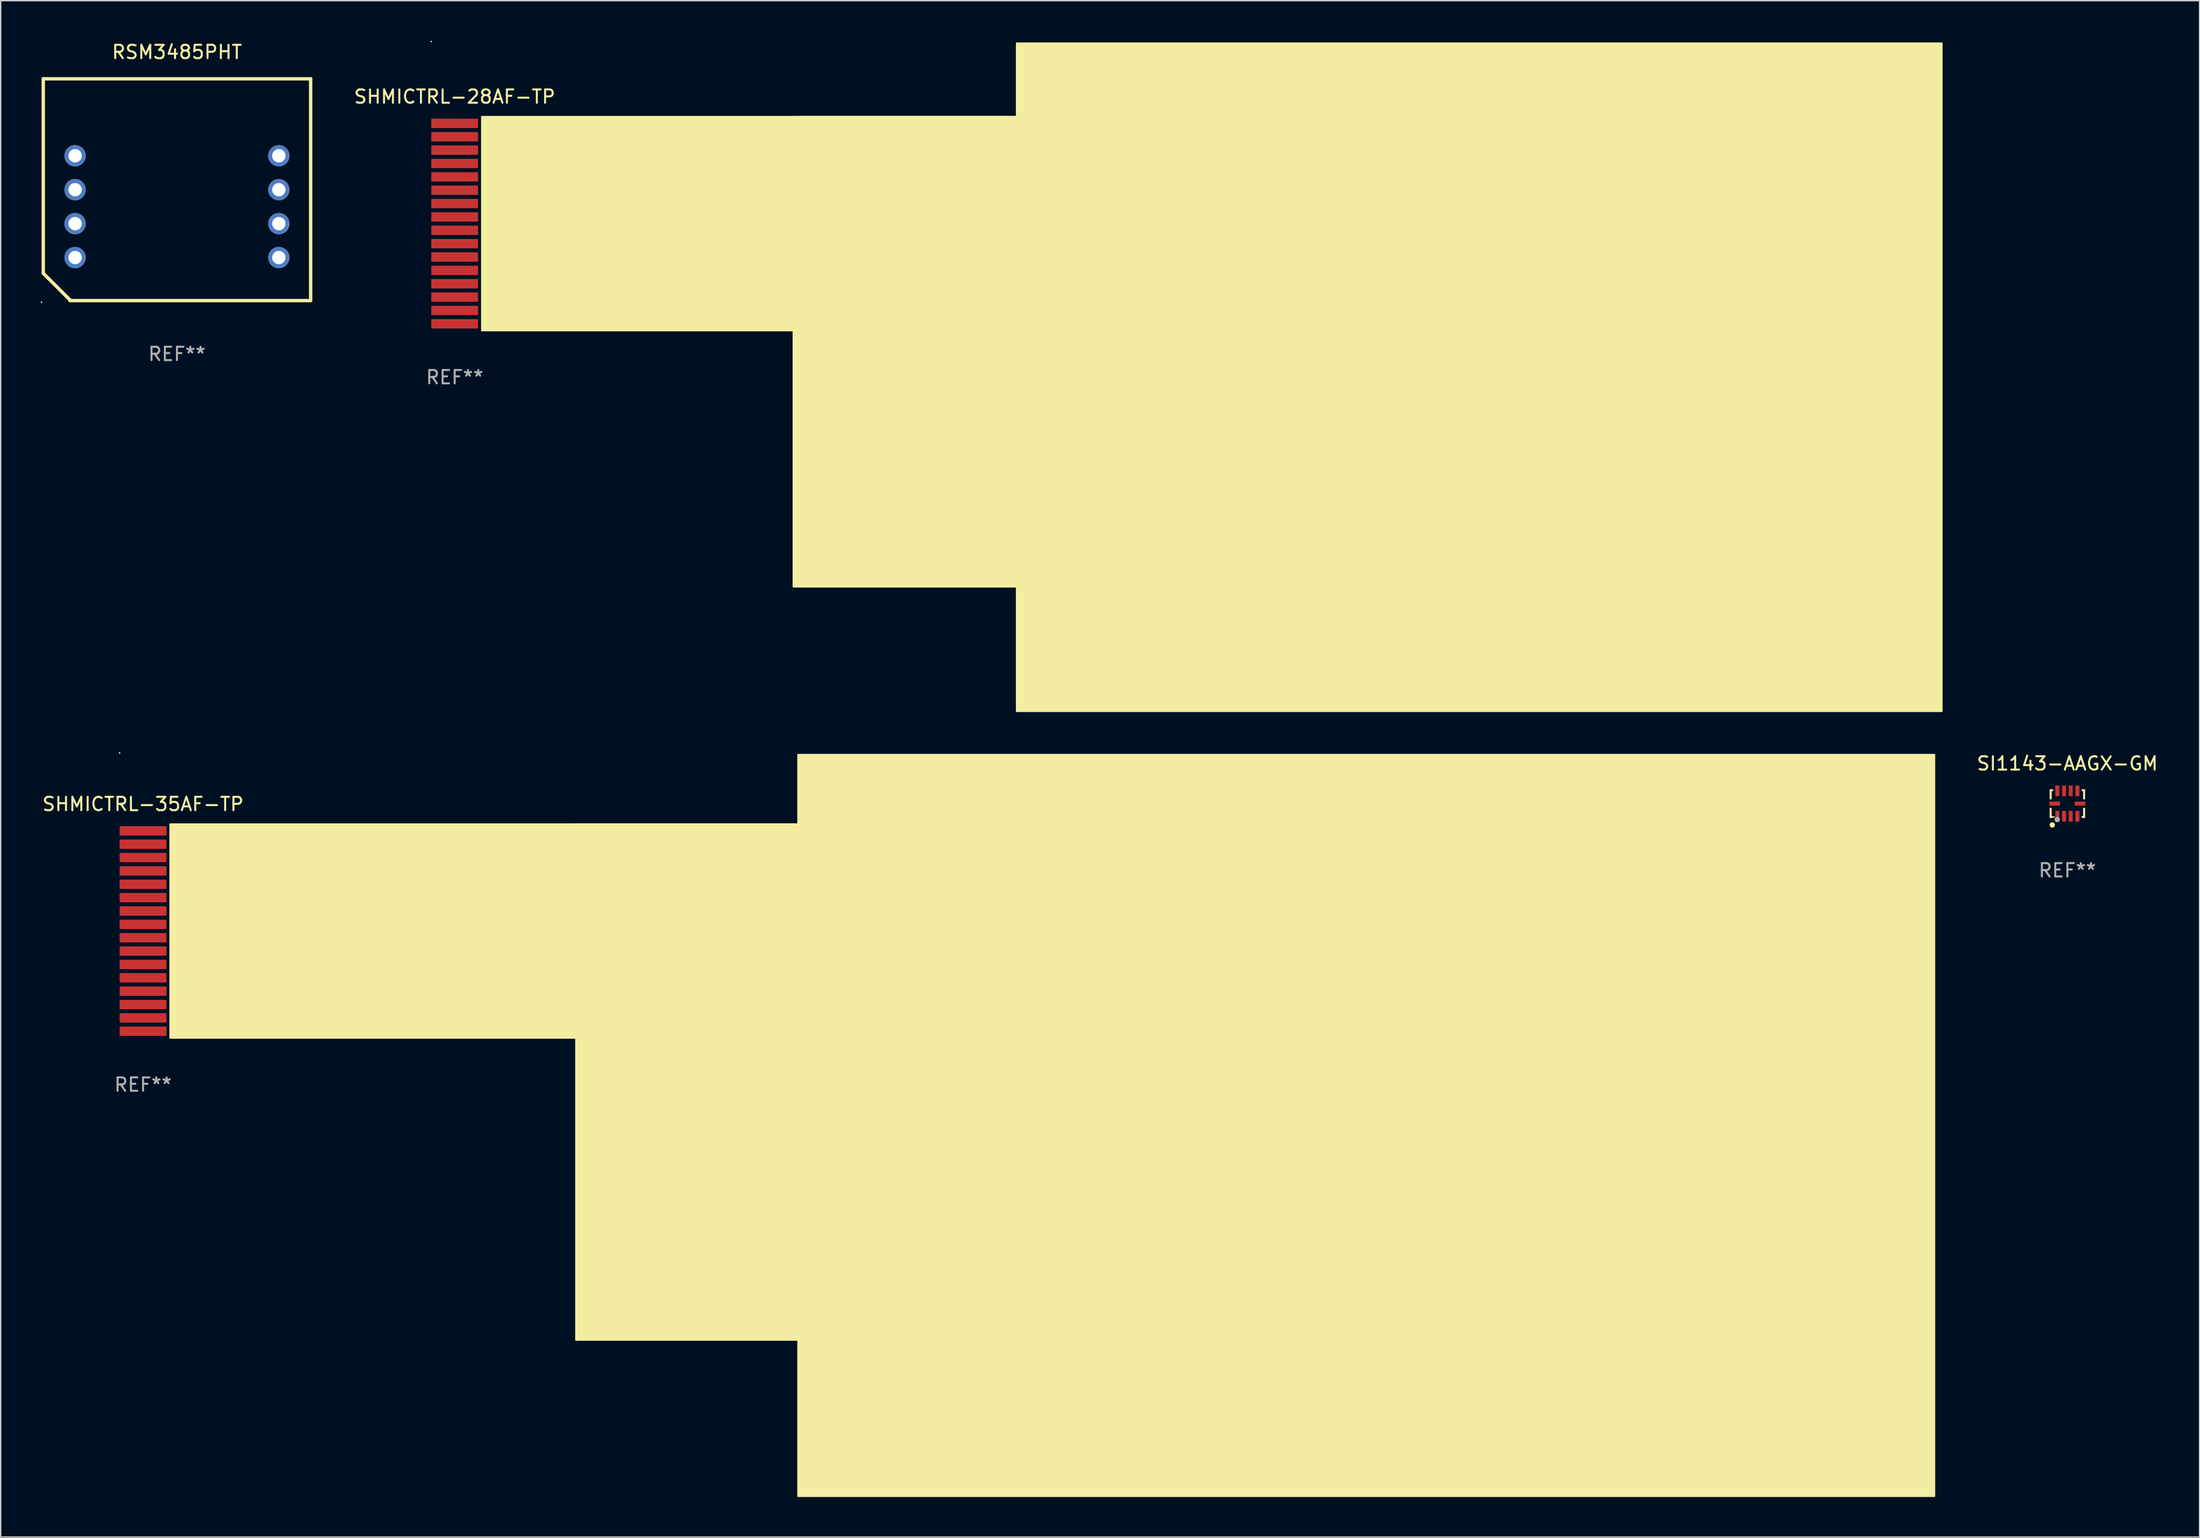
<source format=kicad_pcb>
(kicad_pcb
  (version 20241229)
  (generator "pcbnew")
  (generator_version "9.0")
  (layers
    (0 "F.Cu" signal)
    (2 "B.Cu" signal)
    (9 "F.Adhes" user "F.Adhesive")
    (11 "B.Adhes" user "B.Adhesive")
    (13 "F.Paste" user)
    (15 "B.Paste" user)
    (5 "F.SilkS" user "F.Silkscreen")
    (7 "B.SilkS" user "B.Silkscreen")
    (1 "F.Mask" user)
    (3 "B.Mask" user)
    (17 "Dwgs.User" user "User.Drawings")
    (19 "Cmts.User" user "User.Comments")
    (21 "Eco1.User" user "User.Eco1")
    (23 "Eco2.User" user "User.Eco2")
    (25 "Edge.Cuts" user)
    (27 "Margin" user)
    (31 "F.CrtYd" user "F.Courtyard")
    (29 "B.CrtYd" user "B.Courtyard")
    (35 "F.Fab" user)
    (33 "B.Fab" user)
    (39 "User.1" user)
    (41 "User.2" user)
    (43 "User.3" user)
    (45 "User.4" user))
  (footprint "SHMICTRL-35AF-TP"
    (layer "F.Cu")
    (at 7.649 66.634)
    (property "Reference" "SHMICTRL-35AF-TP" (at 0 -9.5 0) (layer "F.SilkS") (effects (font (size 1 1) (thickness 0.15))))
    (attr through_hole)
    (fp_circle (center -1.75 -13.327) (end -1.72 -13.327) (stroke (width 0.06) (type solid)) (fill no) (layer "F.SilkS"))
    (fp_poly (pts (xy 2.032 -8.001) (xy 49.022 -8.001) (xy 49.022 8.001) (xy 2.032 8.001)) (stroke (width 0.12) (type solid)) (fill yes) (layer "F.SilkS"))
    (fp_poly (pts (xy 32.385 -8.001) (xy 49.022 -8.001) (xy 49.022 30.607) (xy 32.385 30.607)) (stroke (width 0.12) (type solid)) (fill yes) (layer "F.SilkS"))
    (fp_poly (pts (xy 49 -13.2) (xy 134 -13.2) (xy 134 42.3) (xy 49 42.3)) (stroke (width 0.12) (type solid)) (fill yes) (layer "F.SilkS"))
    (fp_text user "REF**" (at 0 11.5 0) (layer "F.Fab") (effects (font (size 1 1) (thickness 0.15))))
    (pad "1" smd rect (at 0 -7.5) (size 3.5 0.7) (layers "F.Cu" "F.Mask" "F.Paste"))
    (pad "2" smd rect (at 0 -6.5) (size 3.5 0.7) (layers "F.Cu" "F.Mask" "F.Paste"))
    (pad "3" smd rect (at 0 -5.5) (size 3.5 0.7) (layers "F.Cu" "F.Mask" "F.Paste"))
    (pad "4" smd rect (at 0 -4.5) (size 3.5 0.7) (layers "F.Cu" "F.Mask" "F.Paste"))
    (pad "5" smd rect (at 0 -3.5) (size 3.5 0.7) (layers "F.Cu" "F.Mask" "F.Paste"))
    (pad "6" smd rect (at 0 -2.5) (size 3.5 0.7) (layers "F.Cu" "F.Mask" "F.Paste"))
    (pad "7" smd rect (at 0 -1.5) (size 3.5 0.7) (layers "F.Cu" "F.Mask" "F.Paste"))
    (pad "8" smd rect (at 0 -0.5) (size 3.5 0.7) (layers "F.Cu" "F.Mask" "F.Paste"))
    (pad "9" smd rect (at 0 0.5) (size 3.5 0.7) (layers "F.Cu" "F.Mask" "F.Paste"))
    (pad "10" smd rect (at 0 1.5) (size 3.5 0.7) (layers "F.Cu" "F.Mask" "F.Paste"))
    (pad "11" smd rect (at 0 2.5) (size 3.5 0.7) (layers "F.Cu" "F.Mask" "F.Paste"))
    (pad "12" smd rect (at 0 3.5) (size 3.5 0.7) (layers "F.Cu" "F.Mask" "F.Paste"))
    (pad "13" smd rect (at 0 4.5) (size 3.5 0.7) (layers "F.Cu" "F.Mask" "F.Paste"))
    (pad "14" smd rect (at 0 5.5) (size 3.5 0.7) (layers "F.Cu" "F.Mask" "F.Paste"))
    (pad "15" smd rect (at 0 6.5) (size 3.5 0.7) (layers "F.Cu" "F.Mask" "F.Paste"))
    (pad "16" smd rect (at 0 7.5) (size 3.5 0.7) (layers "F.Cu" "F.Mask" "F.Paste")))
  (footprint "RSM3485PHT"
    (layer "F.Cu")
    (at 10.187 11.148)
    (property "Reference" "RSM3485PHT" (at 0 -10.3 0) (layer "F.SilkS") (effects (font (size 1 1) (thickness 0.15))))
    (attr through_hole)
    (fp_line (start -10 -8.3) (end -10 6.2) (stroke (width 0.254) (type solid)) (layer "F.SilkS"))
    (fp_line (start -10 -8.3) (end 10 -8.3) (stroke (width 0.254) (type solid)) (layer "F.SilkS"))
    (fp_line (start -8 8.257) (end -10 6.257) (stroke (width 0.254) (type solid)) (layer "F.SilkS"))
    (fp_line (start -8 8.3) (end -8 8.257) (stroke (width 0.254) (type solid)) (layer "F.SilkS"))
    (fp_line (start -8 8.3) (end 10 8.3) (stroke (width 0.254) (type solid)) (layer "F.SilkS"))
    (fp_line (start 10 -8.3) (end 10 8.24) (stroke (width 0.254) (type solid)) (layer "F.SilkS"))
    (fp_circle (center -10.127 8.427) (end -10.097 8.427) (stroke (width 0.06) (type solid)) (fill no) (layer "F.SilkS"))
    (fp_text user "REF**" (at 0 12.3 0) (layer "F.Fab") (effects (font (size 1 1) (thickness 0.15))))
    (pad "1" thru_hole circle (at -7.62 5.08) (size 1.6 1.6) (drill 1) (layers "*.Cu" "*.Mask"))
    (pad "2" thru_hole circle (at -7.62 2.54) (size 1.6 1.6) (drill 1) (layers "*.Cu" "*.Mask"))
    (pad "3" thru_hole circle (at -7.62 0) (size 1.6 1.6) (drill 1) (layers "*.Cu" "*.Mask"))
    (pad "4" thru_hole circle (at -7.62 -2.54) (size 1.6 1.6) (drill 1) (layers "*.Cu" "*.Mask"))
    (pad "7" thru_hole circle (at 7.62 -2.54) (size 1.6 1.6) (drill 1) (layers "*.Cu" "*.Mask"))
    (pad "8" thru_hole circle (at 7.62 0) (size 1.6 1.6) (drill 1) (layers "*.Cu" "*.Mask"))
    (pad "9" thru_hole circle (at 7.62 2.54) (size 1.6 1.6) (drill 1) (layers "*.Cu" "*.Mask"))
    (pad "10" thru_hole circle (at 7.62 5.08) (size 1.6 1.6) (drill 1) (layers "*.Cu" "*.Mask")))
  (footprint "SHMICTRL-28AF-TP"
    (layer "F.Cu")
    (at 30.963 13.687)
    (property "Reference" "SHMICTRL-28AF-TP" (at 0 -9.5 0) (layer "F.SilkS") (effects (font (size 1 1) (thickness 0.15))))
    (attr through_hole)
    (fp_circle (center -1.75 -13.627) (end -1.72 -13.627) (stroke (width 0.06) (type solid)) (fill no) (layer "F.SilkS"))
    (fp_poly (pts (xy 2.032 -8.001) (xy 42.032 -8.001) (xy 42.032 8.001) (xy 2.032 8.001)) (stroke (width 0.12) (type solid)) (fill yes) (layer "F.SilkS"))
    (fp_poly (pts (xy 25.337 -8.001) (xy 42.037 -8.001) (xy 42.037 27.178) (xy 25.337 27.178)) (stroke (width 0.12) (type solid)) (fill yes) (layer "F.SilkS"))
    (fp_poly (pts (xy 42.037 -13.5) (xy 111.237 -13.5) (xy 111.237 36.5) (xy 42.037 36.5)) (stroke (width 0.12) (type solid)) (fill yes) (layer "F.SilkS"))
    (fp_text user "REF**" (at 0 11.5 0) (layer "F.Fab") (effects (font (size 1 1) (thickness 0.15))))
    (pad "1" smd rect (at 0 -7.5) (size 3.5 0.7) (layers "F.Cu" "F.Mask" "F.Paste"))
    (pad "2" smd rect (at 0 -6.5) (size 3.5 0.7) (layers "F.Cu" "F.Mask" "F.Paste"))
    (pad "3" smd rect (at 0 -5.5) (size 3.5 0.7) (layers "F.Cu" "F.Mask" "F.Paste"))
    (pad "4" smd rect (at 0 -4.5) (size 3.5 0.7) (layers "F.Cu" "F.Mask" "F.Paste"))
    (pad "5" smd rect (at 0 -3.5) (size 3.5 0.7) (layers "F.Cu" "F.Mask" "F.Paste"))
    (pad "6" smd rect (at 0 -2.5) (size 3.5 0.7) (layers "F.Cu" "F.Mask" "F.Paste"))
    (pad "7" smd rect (at 0 -1.5) (size 3.5 0.7) (layers "F.Cu" "F.Mask" "F.Paste"))
    (pad "8" smd rect (at 0 -0.5) (size 3.5 0.7) (layers "F.Cu" "F.Mask" "F.Paste"))
    (pad "9" smd rect (at 0 0.5) (size 3.5 0.7) (layers "F.Cu" "F.Mask" "F.Paste"))
    (pad "10" smd rect (at 0 1.5) (size 3.5 0.7) (layers "F.Cu" "F.Mask" "F.Paste"))
    (pad "11" smd rect (at 0 2.5) (size 3.5 0.7) (layers "F.Cu" "F.Mask" "F.Paste"))
    (pad "12" smd rect (at 0 3.5) (size 3.5 0.7) (layers "F.Cu" "F.Mask" "F.Paste"))
    (pad "13" smd rect (at 0 4.5) (size 3.5 0.7) (layers "F.Cu" "F.Mask" "F.Paste"))
    (pad "14" smd rect (at 0 5.5) (size 3.5 0.7) (layers "F.Cu" "F.Mask" "F.Paste"))
    (pad "15" smd rect (at 0 6.5) (size 3.5 0.7) (layers "F.Cu" "F.Mask" "F.Paste"))
    (pad "16" smd rect (at 0 7.5) (size 3.5 0.7) (layers "F.Cu" "F.Mask" "F.Paste")))
  (footprint "SI1143-AAGX-GM"
    (layer "F.Cu")
    (at 151.596 57.095)
    (property "Reference" "SI1143-AAGX-GM" (at 0 -3 0) (layer "F.SilkS") (effects (font (size 1 1) (thickness 0.15))))
    (attr through_hole)
    (fp_line (start -1.25 -1) (end -1.131 -1) (stroke (width 0.152) (type solid)) (layer "F.SilkS"))
    (fp_line (start -1.25 -0.381) (end -1.25 -1) (stroke (width 0.152) (type solid)) (layer "F.SilkS"))
    (fp_line (start -1.25 1) (end -1.25 0.381) (stroke (width 0.152) (type solid)) (layer "F.SilkS"))
    (fp_line (start -1.131 1) (end -1.25 1) (stroke (width 0.152) (type solid)) (layer "F.SilkS"))
    (fp_line (start 1.131 -1) (end 1.25 -1) (stroke (width 0.152) (type solid)) (layer "F.SilkS"))
    (fp_line (start 1.25 -1) (end 1.25 -0.381) (stroke (width 0.152) (type solid)) (layer "F.SilkS"))
    (fp_line (start 1.25 0.381) (end 1.25 1) (stroke (width 0.152) (type solid)) (layer "F.SilkS"))
    (fp_line (start 1.25 1) (end 1.131 1) (stroke (width 0.152) (type solid)) (layer "F.SilkS"))
    (fp_circle (center -1.13 1.6) (end -1.03 1.6) (stroke (width 0.2) (type solid)) (fill no) (layer "F.SilkS"))
    (fp_circle (center -1 1) (end -0.97 1) (stroke (width 0.06) (type solid)) (fill no) (layer "F.SilkS"))
    (fp_circle (center -0.76 1.2) (end -0.66 1.2) (stroke (width 0.2) (type solid)) (fill no) (layer "F.Fab"))
    (fp_text user "REF**" (at 0 5 0) (layer "F.Fab") (effects (font (size 1 1) (thickness 0.15))))
    (pad "1" smd rect (at -0.75 0.95 180) (size 0.3 0.8) (layers "F.Cu" "F.Mask" "F.Paste"))
    (pad "2" smd rect (at -0.25 0.95 180) (size 0.3 0.8) (layers "F.Cu" "F.Mask" "F.Paste"))
    (pad "3" smd rect (at 0.25 0.95 180) (size 0.3 0.8) (layers "F.Cu" "F.Mask" "F.Paste"))
    (pad "4" smd rect (at 0.75 0.95 180) (size 0.3 0.8) (layers "F.Cu" "F.Mask" "F.Paste"))
    (pad "5" smd rect (at 0.95 -0.000051 270) (size 0.3 0.8) (layers "F.Cu" "F.Mask" "F.Paste"))
    (pad "6" smd rect (at 0.75 -0.95) (size 0.3 0.8) (layers "F.Cu" "F.Mask" "F.Paste"))
    (pad "7" smd rect (at 0.25 -0.95) (size 0.3 0.8) (layers "F.Cu" "F.Mask" "F.Paste"))
    (pad "8" smd rect (at -0.25 -0.95) (size 0.3 0.8) (layers "F.Cu" "F.Mask" "F.Paste"))
    (pad "9" smd rect (at -0.75 -0.95) (size 0.3 0.8) (layers "F.Cu" "F.Mask" "F.Paste"))
    (pad "10" smd rect (at -0.95 -0.000051 90) (size 0.3 0.8) (layers "F.Cu" "F.Mask" "F.Paste")))
  (gr_rect
    (start -3 -3)
    (end 161.483 111.994)
    (stroke (width 0.1) (type default))
    (fill no)
    (layer "Edge.Cuts")))
</source>
